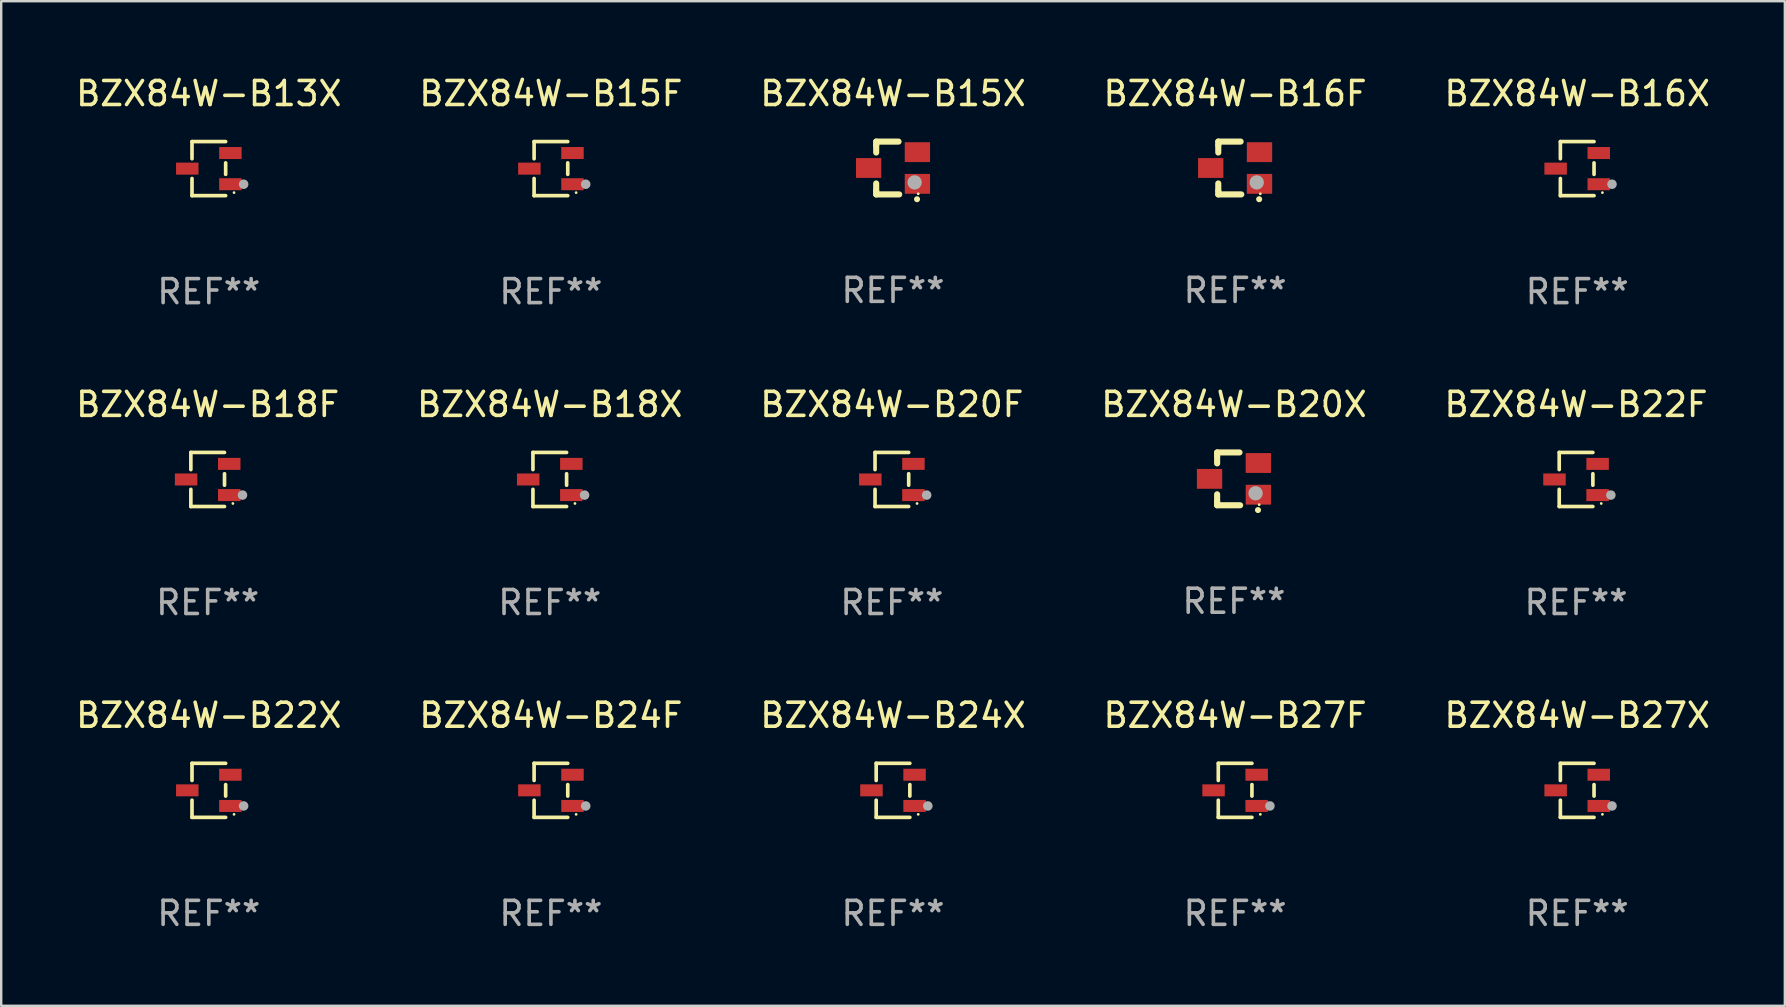
<source format=kicad_pcb>
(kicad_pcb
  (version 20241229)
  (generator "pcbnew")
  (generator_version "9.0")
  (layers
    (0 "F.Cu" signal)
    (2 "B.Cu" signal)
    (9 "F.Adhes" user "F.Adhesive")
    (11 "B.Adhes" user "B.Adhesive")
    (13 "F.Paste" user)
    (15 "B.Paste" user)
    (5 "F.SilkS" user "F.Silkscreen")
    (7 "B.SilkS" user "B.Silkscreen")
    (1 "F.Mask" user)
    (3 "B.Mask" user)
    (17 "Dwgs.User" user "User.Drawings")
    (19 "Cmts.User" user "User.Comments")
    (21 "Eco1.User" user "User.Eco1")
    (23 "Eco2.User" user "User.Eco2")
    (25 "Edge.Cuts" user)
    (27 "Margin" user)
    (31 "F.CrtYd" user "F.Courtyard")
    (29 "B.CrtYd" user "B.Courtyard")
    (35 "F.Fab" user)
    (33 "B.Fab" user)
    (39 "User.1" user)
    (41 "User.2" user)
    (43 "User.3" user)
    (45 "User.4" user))
  (footprint "BZX84W-B18F"
    (layer "F.Cu")
    (at 5.601 16.923)
    (property "Reference" "BZX84W-B18F" (at 0 -3.126 0) (layer "F.SilkS") (effects (font (size 1 1) (thickness 0.15))))
    (attr through_hole)
    (fp_line (start -0.701 -1.126) (end -0.701 -0.411) (stroke (width 0.152) (type solid)) (layer "F.SilkS"))
    (fp_line (start -0.701 1.126) (end -0.701 0.411) (stroke (width 0.152) (type solid)) (layer "F.SilkS"))
    (fp_line (start 0.701 -1.126) (end -0.701 -1.126) (stroke (width 0.152) (type solid)) (layer "F.SilkS"))
    (fp_line (start 0.701 -0.239) (end 0.701 0.239) (stroke (width 0.152) (type solid)) (layer "F.SilkS"))
    (fp_line (start 0.701 1.126) (end -0.701 1.126) (stroke (width 0.152) (type solid)) (layer "F.SilkS"))
    (fp_circle (center 1.05 1) (end 1.08 1) (stroke (width 0.06) (type solid)) (fill no) (layer "F.SilkS"))
    (fp_circle (center 1.45 0.65) (end 1.55 0.65) (stroke (width 0.2) (type solid)) (fill no) (layer "F.Fab"))
    (fp_text user "REF**" (at 0 5.126 0) (layer "F.Fab") (effects (font (size 1 1) (thickness 0.15))))
    (pad "1" smd rect (at 0.898 0.65) (size 0.936 0.5) (layers "F.Cu" "F.Mask" "F.Paste"))
    (pad "2" smd rect (at 0.898 -0.65) (size 0.936 0.5) (layers "F.Cu" "F.Mask" "F.Paste"))
    (pad "3" smd rect (at -0.898 0) (size 0.936 0.5) (layers "F.Cu" "F.Mask" "F.Paste")))
  (footprint "BZX84W-B15F"
    (layer "F.Cu")
    (at 19.899 3.974)
    (property "Reference" "BZX84W-B15F" (at 0 -3.126 0) (layer "F.SilkS") (effects (font (size 1 1) (thickness 0.15))))
    (attr through_hole)
    (fp_line (start -0.701 -1.126) (end -0.701 -0.411) (stroke (width 0.152) (type solid)) (layer "F.SilkS"))
    (fp_line (start -0.701 1.126) (end -0.701 0.411) (stroke (width 0.152) (type solid)) (layer "F.SilkS"))
    (fp_line (start 0.701 -1.126) (end -0.701 -1.126) (stroke (width 0.152) (type solid)) (layer "F.SilkS"))
    (fp_line (start 0.701 -0.239) (end 0.701 0.239) (stroke (width 0.152) (type solid)) (layer "F.SilkS"))
    (fp_line (start 0.701 1.126) (end -0.701 1.126) (stroke (width 0.152) (type solid)) (layer "F.SilkS"))
    (fp_circle (center 1.05 1) (end 1.08 1) (stroke (width 0.06) (type solid)) (fill no) (layer "F.SilkS"))
    (fp_circle (center 1.45 0.65) (end 1.55 0.65) (stroke (width 0.2) (type solid)) (fill no) (layer "F.Fab"))
    (fp_text user "REF**" (at 0 5.126 0) (layer "F.Fab") (effects (font (size 1 1) (thickness 0.15))))
    (pad "1" smd rect (at 0.898 0.65) (size 0.936 0.5) (layers "F.Cu" "F.Mask" "F.Paste"))
    (pad "2" smd rect (at 0.898 -0.65) (size 0.936 0.5) (layers "F.Cu" "F.Mask" "F.Paste"))
    (pad "3" smd rect (at -0.898 0) (size 0.936 0.5) (layers "F.Cu" "F.Mask" "F.Paste")))
  (footprint "BZX84W-B16F"
    (layer "F.Cu")
    (at 48.399 3.948)
    (property "Reference" "BZX84W-B16F" (at 0 -3.1 0) (layer "F.SilkS") (effects (font (size 1 1) (thickness 0.15))))
    (attr through_hole)
    (fp_line (start -0.701 -0.95) (end -0.701 -1.1) (stroke (width 0.254) (type solid)) (layer "F.SilkS"))
    (fp_line (start -0.701 -0.644) (end -0.701 -0.95) (stroke (width 0.254) (type solid)) (layer "F.SilkS"))
    (fp_line (start -0.701 0.95) (end -0.701 0.644) (stroke (width 0.254) (type solid)) (layer "F.SilkS"))
    (fp_line (start -0.701 0.95) (end -0.701 1.1) (stroke (width 0.254) (type solid)) (layer "F.SilkS"))
    (fp_line (start -0.7 -1.1) (end 0.23 -1.1) (stroke (width 0.254) (type solid)) (layer "F.SilkS"))
    (fp_line (start -0.7 1.1) (end 0.258 1.1) (stroke (width 0.254) (type solid)) (layer "F.SilkS"))
    (fp_arc (start 1 1.3) (mid 1.00127 1.299994) (end 1.00254 1.3) (stroke (width 0.24892) (type solid)) (layer "F.SilkS"))
    (fp_circle (center 1.05 1.075) (end 1.08 1.075) (stroke (width 0.06) (type solid)) (fill no) (layer "F.SilkS"))
    (fp_circle (center 0.9 0.6) (end 1.05 0.6) (stroke (width 0.3) (type solid)) (fill no) (layer "F.Fab"))
    (fp_text user "REF**" (at 0 5.1 0) (layer "F.Fab") (effects (font (size 1 1) (thickness 0.15))))
    (pad "1" smd rect (at 1.016 0.66) (size 1.054 0.826) (layers "F.Cu" "F.Mask" "F.Paste"))
    (pad "2" smd rect (at 1.016 -0.66) (size 1.054 0.826) (layers "F.Cu" "F.Mask" "F.Paste"))
    (pad "3" smd rect (at -1.016 0) (size 1.054 0.826) (layers "F.Cu" "F.Mask" "F.Paste")))
  (footprint "BZX84W-B27F"
    (layer "F.Cu")
    (at 48.399 29.872)
    (property "Reference" "BZX84W-B27F" (at 0 -3.126 0) (layer "F.SilkS") (effects (font (size 1 1) (thickness 0.15))))
    (attr through_hole)
    (fp_line (start -0.701 -1.126) (end -0.701 -0.411) (stroke (width 0.152) (type solid)) (layer "F.SilkS"))
    (fp_line (start -0.701 1.126) (end -0.701 0.411) (stroke (width 0.152) (type solid)) (layer "F.SilkS"))
    (fp_line (start 0.701 -1.126) (end -0.701 -1.126) (stroke (width 0.152) (type solid)) (layer "F.SilkS"))
    (fp_line (start 0.701 -0.239) (end 0.701 0.239) (stroke (width 0.152) (type solid)) (layer "F.SilkS"))
    (fp_line (start 0.701 1.126) (end -0.701 1.126) (stroke (width 0.152) (type solid)) (layer "F.SilkS"))
    (fp_circle (center 1.05 1) (end 1.08 1) (stroke (width 0.06) (type solid)) (fill no) (layer "F.SilkS"))
    (fp_circle (center 1.45 0.65) (end 1.55 0.65) (stroke (width 0.2) (type solid)) (fill no) (layer "F.Fab"))
    (fp_text user "REF**" (at 0 5.126 0) (layer "F.Fab") (effects (font (size 1 1) (thickness 0.15))))
    (pad "1" smd rect (at 0.898 0.65) (size 0.936 0.5) (layers "F.Cu" "F.Mask" "F.Paste"))
    (pad "2" smd rect (at 0.898 -0.65) (size 0.936 0.5) (layers "F.Cu" "F.Mask" "F.Paste"))
    (pad "3" smd rect (at -0.898 0) (size 0.936 0.5) (layers "F.Cu" "F.Mask" "F.Paste")))
  (footprint "BZX84W-B16X"
    (layer "F.Cu")
    (at 62.649 3.974)
    (property "Reference" "BZX84W-B16X" (at 0 -3.126 0) (layer "F.SilkS") (effects (font (size 1 1) (thickness 0.15))))
    (attr through_hole)
    (fp_line (start -0.701 -1.126) (end -0.701 -0.411) (stroke (width 0.152) (type solid)) (layer "F.SilkS"))
    (fp_line (start -0.701 1.126) (end -0.701 0.411) (stroke (width 0.152) (type solid)) (layer "F.SilkS"))
    (fp_line (start 0.701 -1.126) (end -0.701 -1.126) (stroke (width 0.152) (type solid)) (layer "F.SilkS"))
    (fp_line (start 0.701 -0.239) (end 0.701 0.239) (stroke (width 0.152) (type solid)) (layer "F.SilkS"))
    (fp_line (start 0.701 1.126) (end -0.701 1.126) (stroke (width 0.152) (type solid)) (layer "F.SilkS"))
    (fp_circle (center 1.05 1) (end 1.08 1) (stroke (width 0.06) (type solid)) (fill no) (layer "F.SilkS"))
    (fp_circle (center 1.45 0.65) (end 1.55 0.65) (stroke (width 0.2) (type solid)) (fill no) (layer "F.Fab"))
    (fp_text user "REF**" (at 0 5.126 0) (layer "F.Fab") (effects (font (size 1 1) (thickness 0.15))))
    (pad "1" smd rect (at 0.898 0.65) (size 0.936 0.5) (layers "F.Cu" "F.Mask" "F.Paste"))
    (pad "2" smd rect (at 0.898 -0.65) (size 0.936 0.5) (layers "F.Cu" "F.Mask" "F.Paste"))
    (pad "3" smd rect (at -0.898 0) (size 0.936 0.5) (layers "F.Cu" "F.Mask" "F.Paste")))
  (footprint "BZX84W-B24X"
    (layer "F.Cu")
    (at 34.149 29.872)
    (property "Reference" "BZX84W-B24X" (at 0 -3.126 0) (layer "F.SilkS") (effects (font (size 1 1) (thickness 0.15))))
    (attr through_hole)
    (fp_line (start -0.701 -1.126) (end -0.701 -0.411) (stroke (width 0.152) (type solid)) (layer "F.SilkS"))
    (fp_line (start -0.701 1.126) (end -0.701 0.411) (stroke (width 0.152) (type solid)) (layer "F.SilkS"))
    (fp_line (start 0.701 -1.126) (end -0.701 -1.126) (stroke (width 0.152) (type solid)) (layer "F.SilkS"))
    (fp_line (start 0.701 -0.239) (end 0.701 0.239) (stroke (width 0.152) (type solid)) (layer "F.SilkS"))
    (fp_line (start 0.701 1.126) (end -0.701 1.126) (stroke (width 0.152) (type solid)) (layer "F.SilkS"))
    (fp_circle (center 1.05 1) (end 1.08 1) (stroke (width 0.06) (type solid)) (fill no) (layer "F.SilkS"))
    (fp_circle (center 1.45 0.65) (end 1.55 0.65) (stroke (width 0.2) (type solid)) (fill no) (layer "F.Fab"))
    (fp_text user "REF**" (at 0 5.126 0) (layer "F.Fab") (effects (font (size 1 1) (thickness 0.15))))
    (pad "1" smd rect (at 0.898 0.65) (size 0.936 0.5) (layers "F.Cu" "F.Mask" "F.Paste"))
    (pad "2" smd rect (at 0.898 -0.65) (size 0.936 0.5) (layers "F.Cu" "F.Mask" "F.Paste"))
    (pad "3" smd rect (at -0.898 0) (size 0.936 0.5) (layers "F.Cu" "F.Mask" "F.Paste")))
  (footprint "BZX84W-B20F"
    (layer "F.Cu")
    (at 34.101 16.923)
    (property "Reference" "BZX84W-B20F" (at 0 -3.126 0) (layer "F.SilkS") (effects (font (size 1 1) (thickness 0.15))))
    (attr through_hole)
    (fp_line (start -0.701 -1.126) (end -0.701 -0.411) (stroke (width 0.152) (type solid)) (layer "F.SilkS"))
    (fp_line (start -0.701 1.126) (end -0.701 0.411) (stroke (width 0.152) (type solid)) (layer "F.SilkS"))
    (fp_line (start 0.701 -1.126) (end -0.701 -1.126) (stroke (width 0.152) (type solid)) (layer "F.SilkS"))
    (fp_line (start 0.701 -0.239) (end 0.701 0.239) (stroke (width 0.152) (type solid)) (layer "F.SilkS"))
    (fp_line (start 0.701 1.126) (end -0.701 1.126) (stroke (width 0.152) (type solid)) (layer "F.SilkS"))
    (fp_circle (center 1.05 1) (end 1.08 1) (stroke (width 0.06) (type solid)) (fill no) (layer "F.SilkS"))
    (fp_circle (center 1.45 0.65) (end 1.55 0.65) (stroke (width 0.2) (type solid)) (fill no) (layer "F.Fab"))
    (fp_text user "REF**" (at 0 5.126 0) (layer "F.Fab") (effects (font (size 1 1) (thickness 0.15))))
    (pad "1" smd rect (at 0.898 0.65) (size 0.936 0.5) (layers "F.Cu" "F.Mask" "F.Paste"))
    (pad "2" smd rect (at 0.898 -0.65) (size 0.936 0.5) (layers "F.Cu" "F.Mask" "F.Paste"))
    (pad "3" smd rect (at -0.898 0) (size 0.936 0.5) (layers "F.Cu" "F.Mask" "F.Paste")))
  (footprint "BZX84W-B24F"
    (layer "F.Cu")
    (at 19.899 29.872)
    (property "Reference" "BZX84W-B24F" (at 0 -3.126 0) (layer "F.SilkS") (effects (font (size 1 1) (thickness 0.15))))
    (attr through_hole)
    (fp_line (start -0.701 -1.126) (end -0.701 -0.411) (stroke (width 0.152) (type solid)) (layer "F.SilkS"))
    (fp_line (start -0.701 1.126) (end -0.701 0.411) (stroke (width 0.152) (type solid)) (layer "F.SilkS"))
    (fp_line (start 0.701 -1.126) (end -0.701 -1.126) (stroke (width 0.152) (type solid)) (layer "F.SilkS"))
    (fp_line (start 0.701 -0.239) (end 0.701 0.239) (stroke (width 0.152) (type solid)) (layer "F.SilkS"))
    (fp_line (start 0.701 1.126) (end -0.701 1.126) (stroke (width 0.152) (type solid)) (layer "F.SilkS"))
    (fp_circle (center 1.05 1) (end 1.08 1) (stroke (width 0.06) (type solid)) (fill no) (layer "F.SilkS"))
    (fp_circle (center 1.45 0.65) (end 1.55 0.65) (stroke (width 0.2) (type solid)) (fill no) (layer "F.Fab"))
    (fp_text user "REF**" (at 0 5.126 0) (layer "F.Fab") (effects (font (size 1 1) (thickness 0.15))))
    (pad "1" smd rect (at 0.898 0.65) (size 0.936 0.5) (layers "F.Cu" "F.Mask" "F.Paste"))
    (pad "2" smd rect (at 0.898 -0.65) (size 0.936 0.5) (layers "F.Cu" "F.Mask" "F.Paste"))
    (pad "3" smd rect (at -0.898 0) (size 0.936 0.5) (layers "F.Cu" "F.Mask" "F.Paste")))
  (footprint "BZX84W-B22F"
    (layer "F.Cu")
    (at 62.601 16.923)
    (property "Reference" "BZX84W-B22F" (at 0 -3.126 0) (layer "F.SilkS") (effects (font (size 1 1) (thickness 0.15))))
    (attr through_hole)
    (fp_line (start -0.701 -1.126) (end -0.701 -0.411) (stroke (width 0.152) (type solid)) (layer "F.SilkS"))
    (fp_line (start -0.701 1.126) (end -0.701 0.411) (stroke (width 0.152) (type solid)) (layer "F.SilkS"))
    (fp_line (start 0.701 -1.126) (end -0.701 -1.126) (stroke (width 0.152) (type solid)) (layer "F.SilkS"))
    (fp_line (start 0.701 -0.239) (end 0.701 0.239) (stroke (width 0.152) (type solid)) (layer "F.SilkS"))
    (fp_line (start 0.701 1.126) (end -0.701 1.126) (stroke (width 0.152) (type solid)) (layer "F.SilkS"))
    (fp_circle (center 1.05 1) (end 1.08 1) (stroke (width 0.06) (type solid)) (fill no) (layer "F.SilkS"))
    (fp_circle (center 1.45 0.65) (end 1.55 0.65) (stroke (width 0.2) (type solid)) (fill no) (layer "F.Fab"))
    (fp_text user "REF**" (at 0 5.126 0) (layer "F.Fab") (effects (font (size 1 1) (thickness 0.15))))
    (pad "1" smd rect (at 0.898 0.65) (size 0.936 0.5) (layers "F.Cu" "F.Mask" "F.Paste"))
    (pad "2" smd rect (at 0.898 -0.65) (size 0.936 0.5) (layers "F.Cu" "F.Mask" "F.Paste"))
    (pad "3" smd rect (at -0.898 0) (size 0.936 0.5) (layers "F.Cu" "F.Mask" "F.Paste")))
  (footprint "BZX84W-B15X"
    (layer "F.Cu")
    (at 34.149 3.948)
    (property "Reference" "BZX84W-B15X" (at 0 -3.1 0) (layer "F.SilkS") (effects (font (size 1 1) (thickness 0.15))))
    (attr through_hole)
    (fp_line (start -0.701 -0.95) (end -0.701 -1.1) (stroke (width 0.254) (type solid)) (layer "F.SilkS"))
    (fp_line (start -0.701 -0.644) (end -0.701 -0.95) (stroke (width 0.254) (type solid)) (layer "F.SilkS"))
    (fp_line (start -0.701 0.95) (end -0.701 0.644) (stroke (width 0.254) (type solid)) (layer "F.SilkS"))
    (fp_line (start -0.701 0.95) (end -0.701 1.1) (stroke (width 0.254) (type solid)) (layer "F.SilkS"))
    (fp_line (start -0.7 -1.1) (end 0.23 -1.1) (stroke (width 0.254) (type solid)) (layer "F.SilkS"))
    (fp_line (start -0.7 1.1) (end 0.258 1.1) (stroke (width 0.254) (type solid)) (layer "F.SilkS"))
    (fp_arc (start 1 1.3) (mid 1.00127 1.299994) (end 1.00254 1.3) (stroke (width 0.24892) (type solid)) (layer "F.SilkS"))
    (fp_circle (center 1.05 1.075) (end 1.08 1.075) (stroke (width 0.06) (type solid)) (fill no) (layer "F.SilkS"))
    (fp_circle (center 0.9 0.6) (end 1.05 0.6) (stroke (width 0.3) (type solid)) (fill no) (layer "F.Fab"))
    (fp_text user "REF**" (at 0 5.1 0) (layer "F.Fab") (effects (font (size 1 1) (thickness 0.15))))
    (pad "1" smd rect (at 1.016 0.66) (size 1.054 0.826) (layers "F.Cu" "F.Mask" "F.Paste"))
    (pad "2" smd rect (at 1.016 -0.66) (size 1.054 0.826) (layers "F.Cu" "F.Mask" "F.Paste"))
    (pad "3" smd rect (at -1.016 0) (size 1.054 0.826) (layers "F.Cu" "F.Mask" "F.Paste")))
  (footprint "BZX84W-B20X"
    (layer "F.Cu")
    (at 48.351 16.897)
    (property "Reference" "BZX84W-B20X" (at 0 -3.1 0) (layer "F.SilkS") (effects (font (size 1 1) (thickness 0.15))))
    (attr through_hole)
    (fp_line (start -0.701 -0.95) (end -0.701 -1.1) (stroke (width 0.254) (type solid)) (layer "F.SilkS"))
    (fp_line (start -0.701 -0.644) (end -0.701 -0.95) (stroke (width 0.254) (type solid)) (layer "F.SilkS"))
    (fp_line (start -0.701 0.95) (end -0.701 0.644) (stroke (width 0.254) (type solid)) (layer "F.SilkS"))
    (fp_line (start -0.701 0.95) (end -0.701 1.1) (stroke (width 0.254) (type solid)) (layer "F.SilkS"))
    (fp_line (start -0.7 -1.1) (end 0.23 -1.1) (stroke (width 0.254) (type solid)) (layer "F.SilkS"))
    (fp_line (start -0.7 1.1) (end 0.258 1.1) (stroke (width 0.254) (type solid)) (layer "F.SilkS"))
    (fp_arc (start 1 1.3) (mid 1.00127 1.299994) (end 1.00254 1.3) (stroke (width 0.24892) (type solid)) (layer "F.SilkS"))
    (fp_circle (center 1.05 1.075) (end 1.08 1.075) (stroke (width 0.06) (type solid)) (fill no) (layer "F.SilkS"))
    (fp_circle (center 0.9 0.6) (end 1.05 0.6) (stroke (width 0.3) (type solid)) (fill no) (layer "F.Fab"))
    (fp_text user "REF**" (at 0 5.1 0) (layer "F.Fab") (effects (font (size 1 1) (thickness 0.15))))
    (pad "1" smd rect (at 1.016 0.66) (size 1.054 0.826) (layers "F.Cu" "F.Mask" "F.Paste"))
    (pad "2" smd rect (at 1.016 -0.66) (size 1.054 0.826) (layers "F.Cu" "F.Mask" "F.Paste"))
    (pad "3" smd rect (at -1.016 0) (size 1.054 0.826) (layers "F.Cu" "F.Mask" "F.Paste")))
  (footprint "BZX84W-B13X"
    (layer "F.Cu")
    (at 5.649 3.974)
    (property "Reference" "BZX84W-B13X" (at 0 -3.126 0) (layer "F.SilkS") (effects (font (size 1 1) (thickness 0.15))))
    (attr through_hole)
    (fp_line (start -0.701 -1.126) (end -0.701 -0.411) (stroke (width 0.152) (type solid)) (layer "F.SilkS"))
    (fp_line (start -0.701 1.126) (end -0.701 0.411) (stroke (width 0.152) (type solid)) (layer "F.SilkS"))
    (fp_line (start 0.701 -1.126) (end -0.701 -1.126) (stroke (width 0.152) (type solid)) (layer "F.SilkS"))
    (fp_line (start 0.701 -0.239) (end 0.701 0.239) (stroke (width 0.152) (type solid)) (layer "F.SilkS"))
    (fp_line (start 0.701 1.126) (end -0.701 1.126) (stroke (width 0.152) (type solid)) (layer "F.SilkS"))
    (fp_circle (center 1.05 1) (end 1.08 1) (stroke (width 0.06) (type solid)) (fill no) (layer "F.SilkS"))
    (fp_circle (center 1.45 0.65) (end 1.55 0.65) (stroke (width 0.2) (type solid)) (fill no) (layer "F.Fab"))
    (fp_text user "REF**" (at 0 5.126 0) (layer "F.Fab") (effects (font (size 1 1) (thickness 0.15))))
    (pad "1" smd rect (at 0.898 0.65) (size 0.936 0.5) (layers "F.Cu" "F.Mask" "F.Paste"))
    (pad "2" smd rect (at 0.898 -0.65) (size 0.936 0.5) (layers "F.Cu" "F.Mask" "F.Paste"))
    (pad "3" smd rect (at -0.898 0) (size 0.936 0.5) (layers "F.Cu" "F.Mask" "F.Paste")))
  (footprint "BZX84W-B22X"
    (layer "F.Cu")
    (at 5.649 29.872)
    (property "Reference" "BZX84W-B22X" (at 0 -3.126 0) (layer "F.SilkS") (effects (font (size 1 1) (thickness 0.15))))
    (attr through_hole)
    (fp_line (start -0.701 -1.126) (end -0.701 -0.411) (stroke (width 0.152) (type solid)) (layer "F.SilkS"))
    (fp_line (start -0.701 1.126) (end -0.701 0.411) (stroke (width 0.152) (type solid)) (layer "F.SilkS"))
    (fp_line (start 0.701 -1.126) (end -0.701 -1.126) (stroke (width 0.152) (type solid)) (layer "F.SilkS"))
    (fp_line (start 0.701 -0.239) (end 0.701 0.239) (stroke (width 0.152) (type solid)) (layer "F.SilkS"))
    (fp_line (start 0.701 1.126) (end -0.701 1.126) (stroke (width 0.152) (type solid)) (layer "F.SilkS"))
    (fp_circle (center 1.05 1) (end 1.08 1) (stroke (width 0.06) (type solid)) (fill no) (layer "F.SilkS"))
    (fp_circle (center 1.45 0.65) (end 1.55 0.65) (stroke (width 0.2) (type solid)) (fill no) (layer "F.Fab"))
    (fp_text user "REF**" (at 0 5.126 0) (layer "F.Fab") (effects (font (size 1 1) (thickness 0.15))))
    (pad "1" smd rect (at 0.898 0.65) (size 0.936 0.5) (layers "F.Cu" "F.Mask" "F.Paste"))
    (pad "2" smd rect (at 0.898 -0.65) (size 0.936 0.5) (layers "F.Cu" "F.Mask" "F.Paste"))
    (pad "3" smd rect (at -0.898 0) (size 0.936 0.5) (layers "F.Cu" "F.Mask" "F.Paste")))
  (footprint "BZX84W-B18X"
    (layer "F.Cu")
    (at 19.851 16.923)
    (property "Reference" "BZX84W-B18X" (at 0 -3.126 0) (layer "F.SilkS") (effects (font (size 1 1) (thickness 0.15))))
    (attr through_hole)
    (fp_line (start -0.701 -1.126) (end -0.701 -0.411) (stroke (width 0.152) (type solid)) (layer "F.SilkS"))
    (fp_line (start -0.701 1.126) (end -0.701 0.411) (stroke (width 0.152) (type solid)) (layer "F.SilkS"))
    (fp_line (start 0.701 -1.126) (end -0.701 -1.126) (stroke (width 0.152) (type solid)) (layer "F.SilkS"))
    (fp_line (start 0.701 -0.239) (end 0.701 0.239) (stroke (width 0.152) (type solid)) (layer "F.SilkS"))
    (fp_line (start 0.701 1.126) (end -0.701 1.126) (stroke (width 0.152) (type solid)) (layer "F.SilkS"))
    (fp_circle (center 1.05 1) (end 1.08 1) (stroke (width 0.06) (type solid)) (fill no) (layer "F.SilkS"))
    (fp_circle (center 1.45 0.65) (end 1.55 0.65) (stroke (width 0.2) (type solid)) (fill no) (layer "F.Fab"))
    (fp_text user "REF**" (at 0 5.126 0) (layer "F.Fab") (effects (font (size 1 1) (thickness 0.15))))
    (pad "1" smd rect (at 0.898 0.65) (size 0.936 0.5) (layers "F.Cu" "F.Mask" "F.Paste"))
    (pad "2" smd rect (at 0.898 -0.65) (size 0.936 0.5) (layers "F.Cu" "F.Mask" "F.Paste"))
    (pad "3" smd rect (at -0.898 0) (size 0.936 0.5) (layers "F.Cu" "F.Mask" "F.Paste")))
  (footprint "BZX84W-B27X"
    (layer "F.Cu")
    (at 62.649 29.872)
    (property "Reference" "BZX84W-B27X" (at 0 -3.126 0) (layer "F.SilkS") (effects (font (size 1 1) (thickness 0.15))))
    (attr through_hole)
    (fp_line (start -0.701 -1.126) (end -0.701 -0.411) (stroke (width 0.152) (type solid)) (layer "F.SilkS"))
    (fp_line (start -0.701 1.126) (end -0.701 0.411) (stroke (width 0.152) (type solid)) (layer "F.SilkS"))
    (fp_line (start 0.701 -1.126) (end -0.701 -1.126) (stroke (width 0.152) (type solid)) (layer "F.SilkS"))
    (fp_line (start 0.701 -0.239) (end 0.701 0.239) (stroke (width 0.152) (type solid)) (layer "F.SilkS"))
    (fp_line (start 0.701 1.126) (end -0.701 1.126) (stroke (width 0.152) (type solid)) (layer "F.SilkS"))
    (fp_circle (center 1.05 1) (end 1.08 1) (stroke (width 0.06) (type solid)) (fill no) (layer "F.SilkS"))
    (fp_circle (center 1.45 0.65) (end 1.55 0.65) (stroke (width 0.2) (type solid)) (fill no) (layer "F.Fab"))
    (fp_text user "REF**" (at 0 5.126 0) (layer "F.Fab") (effects (font (size 1 1) (thickness 0.15))))
    (pad "1" smd rect (at 0.898 0.65) (size 0.936 0.5) (layers "F.Cu" "F.Mask" "F.Paste"))
    (pad "2" smd rect (at 0.898 -0.65) (size 0.936 0.5) (layers "F.Cu" "F.Mask" "F.Paste"))
    (pad "3" smd rect (at -0.898 0) (size 0.936 0.5) (layers "F.Cu" "F.Mask" "F.Paste")))
  (gr_rect
    (start -3 -3)
    (end 71.298 38.847)
    (stroke (width 0.1) (type default))
    (fill no)
    (layer "Edge.Cuts")))
</source>
